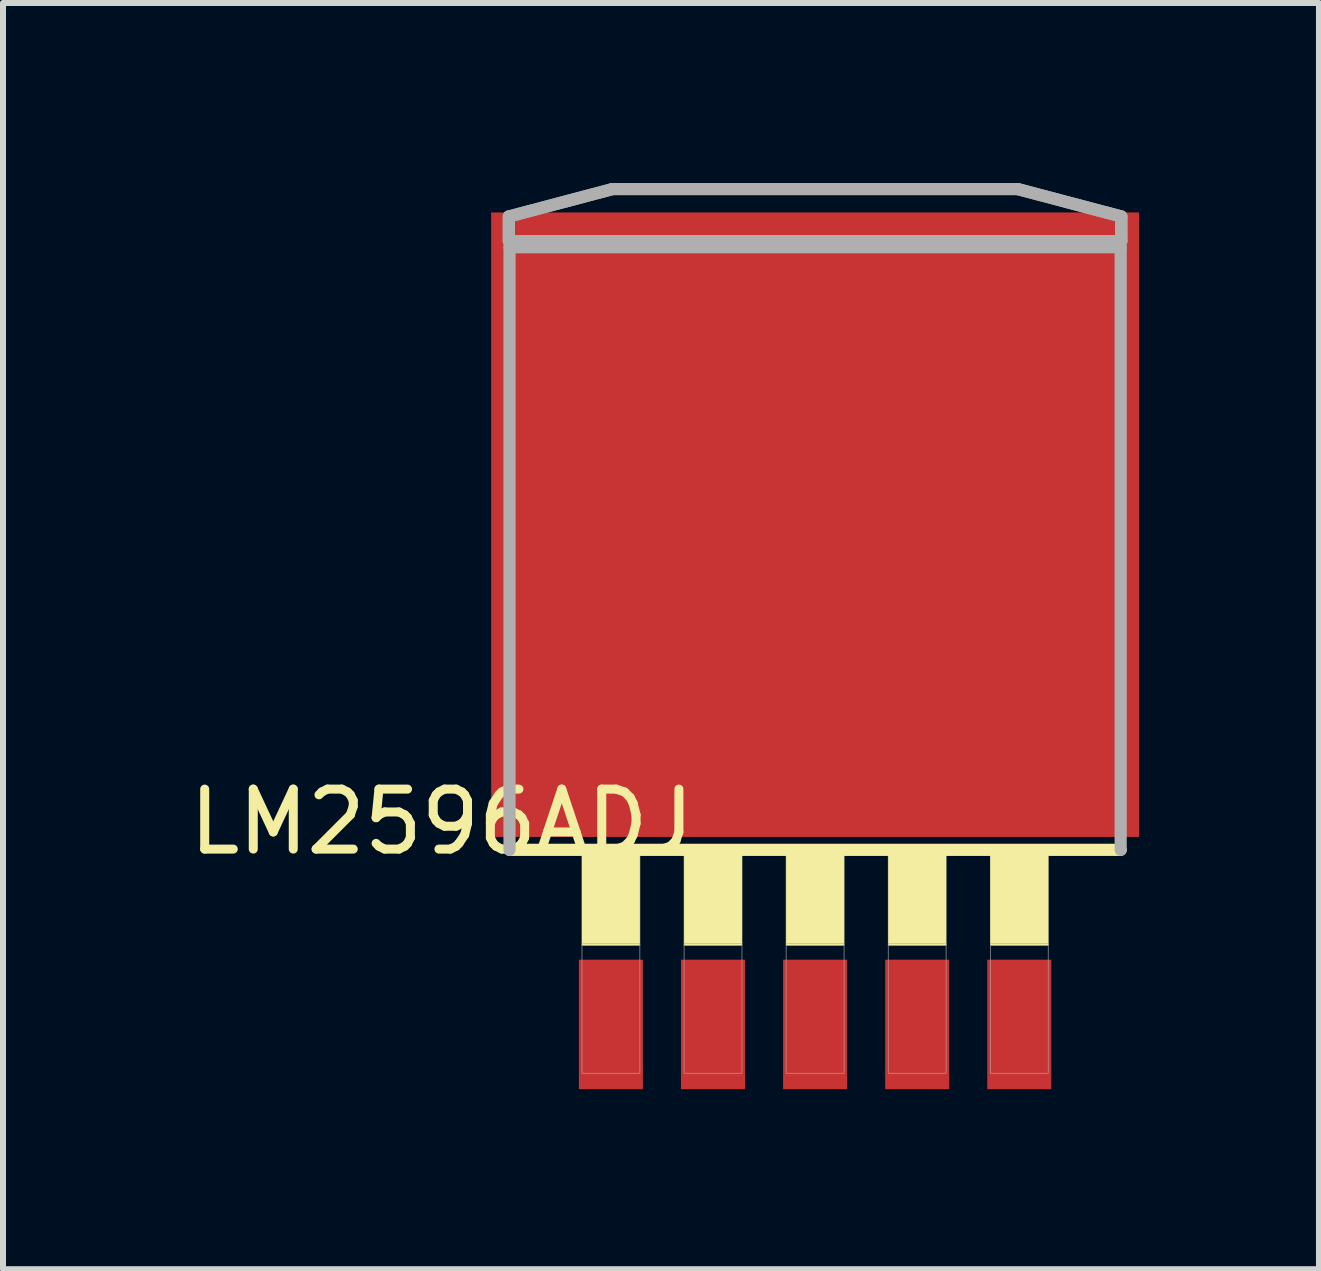
<source format=kicad_pcb>
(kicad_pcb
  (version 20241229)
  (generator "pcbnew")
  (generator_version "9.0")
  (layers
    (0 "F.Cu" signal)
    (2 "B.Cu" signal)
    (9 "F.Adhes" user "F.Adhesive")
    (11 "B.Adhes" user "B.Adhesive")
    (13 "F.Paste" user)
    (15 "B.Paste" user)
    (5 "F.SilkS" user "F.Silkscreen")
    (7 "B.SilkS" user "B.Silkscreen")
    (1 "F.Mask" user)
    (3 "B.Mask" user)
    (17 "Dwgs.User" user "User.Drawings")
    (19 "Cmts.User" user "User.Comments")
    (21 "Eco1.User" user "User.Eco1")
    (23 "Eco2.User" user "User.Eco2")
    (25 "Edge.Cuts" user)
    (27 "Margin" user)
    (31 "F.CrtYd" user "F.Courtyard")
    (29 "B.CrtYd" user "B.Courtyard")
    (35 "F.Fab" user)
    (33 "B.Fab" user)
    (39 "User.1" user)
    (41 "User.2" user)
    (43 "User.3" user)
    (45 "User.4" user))
  (footprint "LM2596ADJ"
    (layer "F.Cu")
    (at 10.538 8.237)
    (property "Reference" "LM2596ADJ" (at -6.223 2.413 180) (layer "F.SilkS") (effects (font (size 1 1) (thickness 0.15))))
    (attr smd)
    (fp_line (start 5.094 2.88) (end -5.094 2.88) (stroke (width 0.203) (type solid)) (layer "F.SilkS"))
    (fp_poly (pts (xy -3.886 2.794) (xy -2.921 2.794) (xy -2.921 4.47) (xy -3.886 4.47)) (stroke (width 0.01) (type solid)) (fill yes) (layer "F.SilkS"))
    (fp_poly (pts (xy -2.184 2.794) (xy -1.219 2.794) (xy -1.219 4.47) (xy -2.184 4.47)) (stroke (width 0.01) (type solid)) (fill yes) (layer "F.SilkS"))
    (fp_poly (pts (xy -0.483 2.794) (xy 0.483 2.794) (xy 0.483 4.47) (xy -0.483 4.47)) (stroke (width 0.01) (type solid)) (fill yes) (layer "F.SilkS"))
    (fp_poly (pts (xy 1.219 2.794) (xy 2.184 2.794) (xy 2.184 4.47) (xy 1.219 4.47)) (stroke (width 0.01) (type solid)) (fill yes) (layer "F.SilkS"))
    (fp_poly (pts (xy 2.921 2.794) (xy 3.886 2.794) (xy 3.886 4.47) (xy 2.921 4.47)) (stroke (width 0.01) (type solid)) (fill yes) (layer "F.SilkS"))
    (fp_line (start -5.105 -7.678) (end -3.378 -8.135) (stroke (width 0.203) (type solid)) (layer "F.Fab"))
    (fp_line (start -5.105 -7.267) (end -5.105 -7.678) (stroke (width 0.203) (type solid)) (layer "F.Fab"))
    (fp_line (start -5.094 -7.165) (end 5.094 -7.165) (stroke (width 0.203) (type solid)) (layer "F.Fab"))
    (fp_line (start -5.094 2.88) (end -5.094 -7.165) (stroke (width 0.203) (type solid)) (layer "F.Fab"))
    (fp_line (start -3.378 -8.135) (end 3.378 -8.135) (stroke (width 0.203) (type solid)) (layer "F.Fab"))
    (fp_line (start 3.378 -8.135) (end 5.105 -7.678) (stroke (width 0.203) (type solid)) (layer "F.Fab"))
    (fp_line (start 5.094 -7.165) (end 5.094 2.88) (stroke (width 0.203) (type solid)) (layer "F.Fab"))
    (fp_line (start 5.105 -7.678) (end 5.105 -7.267) (stroke (width 0.203) (type solid)) (layer "F.Fab"))
    (fp_line (start 5.105 -7.267) (end -5.105 -7.267) (stroke (width 0.203) (type solid)) (layer "F.Fab"))
    (fp_poly (pts (xy -3.886 4.445) (xy -2.921 4.445) (xy -2.921 6.604) (xy -3.886 6.604)) (stroke (width 0.01) (type solid)) (fill no) (layer "F.Fab"))
    (fp_poly (pts (xy -2.184 4.445) (xy -1.219 4.445) (xy -1.219 6.604) (xy -2.184 6.604)) (stroke (width 0.01) (type solid)) (fill no) (layer "F.Fab"))
    (fp_poly (pts (xy -0.483 4.445) (xy 0.483 4.445) (xy 0.483 6.604) (xy -0.483 6.604)) (stroke (width 0.01) (type solid)) (fill no) (layer "F.Fab"))
    (fp_poly (pts (xy 1.219 4.445) (xy 2.184 4.445) (xy 2.184 6.604) (xy 1.219 6.604)) (stroke (width 0.01) (type solid)) (fill no) (layer "F.Fab"))
    (fp_poly (pts (xy 2.921 4.445) (xy 3.886 4.445) (xy 3.886 6.604) (xy 2.921 6.604)) (stroke (width 0.01) (type solid)) (fill no) (layer "F.Fab"))
    (fp_poly (pts (xy -5.105 -7.267) (xy -5.105 -7.678) (xy -3.378 -8.135) (xy 3.378 -8.135) (xy 5.105 -7.678) (xy 5.105 -7.267)) (stroke (width 0.203) (type solid)) (fill no) (layer "F.Fab"))
    (pad "1" smd rect (at -3.404 5.791) (size 1.067 2.159) (layers "F.Cu" "F.Mask" "F.Paste"))
    (pad "2" smd rect (at -1.702 5.791) (size 1.067 2.159) (layers "F.Cu" "F.Mask" "F.Paste"))
    (pad "3" smd rect (at 0 5.791) (size 1.067 2.159) (layers "F.Cu" "F.Mask" "F.Paste"))
    (pad "4" smd rect (at 1.702 5.791) (size 1.067 2.159) (layers "F.Cu" "F.Mask" "F.Paste"))
    (pad "5" smd rect (at 3.404 5.791) (size 1.067 2.159) (layers "F.Cu" "F.Mask" "F.Paste"))
    (pad "6" smd rect (at 0 -2.54) (size 10.8 10.41) (layers "F.Cu" "F.Mask" "F.Paste")))
  (gr_rect
    (start -3 -3)
    (end 18.938 18.108)
    (stroke (width 0.1) (type default))
    (fill no)
    (layer "Edge.Cuts")))
</source>
